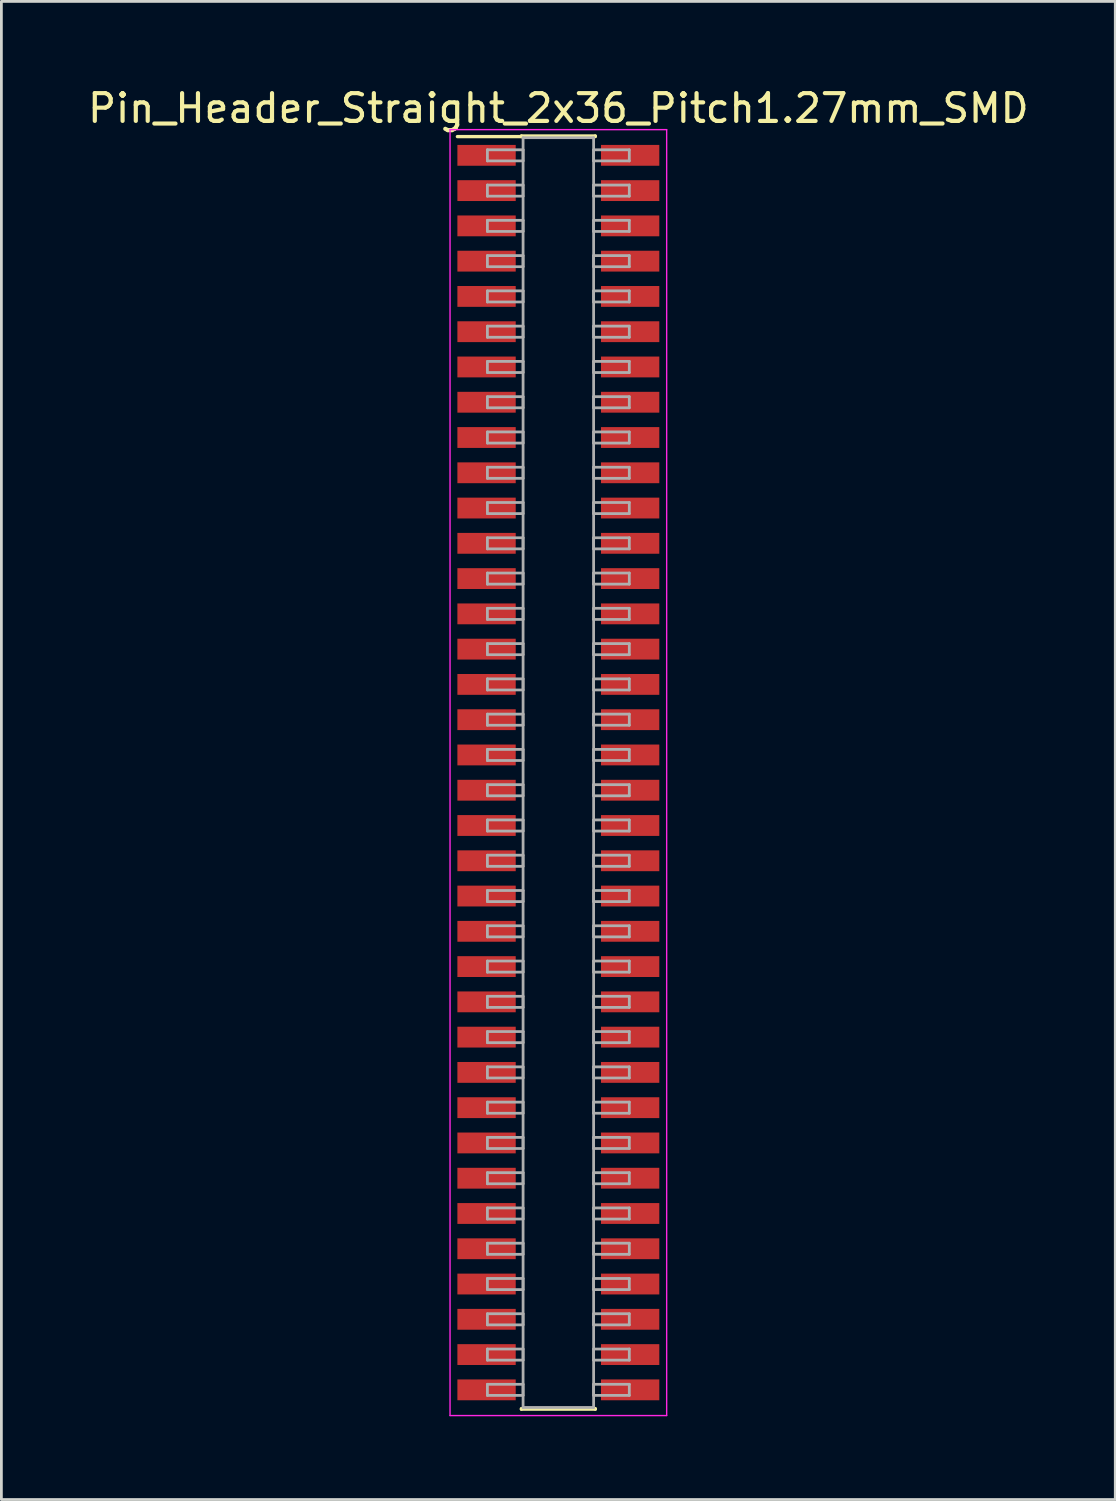
<source format=kicad_pcb>
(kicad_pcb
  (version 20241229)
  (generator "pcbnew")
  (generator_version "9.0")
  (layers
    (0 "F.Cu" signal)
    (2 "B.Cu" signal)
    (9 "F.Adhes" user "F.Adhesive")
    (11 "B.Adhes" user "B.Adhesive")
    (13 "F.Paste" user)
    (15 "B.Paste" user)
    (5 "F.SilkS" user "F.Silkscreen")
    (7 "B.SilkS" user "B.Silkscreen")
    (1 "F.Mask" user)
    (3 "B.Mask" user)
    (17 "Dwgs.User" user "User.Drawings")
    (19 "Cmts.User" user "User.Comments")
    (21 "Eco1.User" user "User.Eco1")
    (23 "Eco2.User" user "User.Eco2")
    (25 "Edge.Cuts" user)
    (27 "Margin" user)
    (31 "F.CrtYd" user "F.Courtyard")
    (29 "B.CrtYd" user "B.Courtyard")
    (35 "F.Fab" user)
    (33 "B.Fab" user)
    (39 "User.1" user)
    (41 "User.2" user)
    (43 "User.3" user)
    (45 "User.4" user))
  (footprint "Pin_Header_Straight_2x36_Pitch1.27mm_SMD"
    (layer "F.Cu")
    (at 17.054 24.768)
    (property "Reference" "Pin_Header_Straight_2x36_Pitch1.27mm_SMD" (at 0 -23.92 0) (layer "F.SilkS") (effects (font (size 1 1) (thickness 0.15))))
    (attr smd)
    (fp_line (start -3.635 -22.9) (end -1.33 -22.9) (stroke (width 0.12) (type solid)) (layer "F.SilkS"))
    (fp_line (start -1.33 -22.92) (end 1.33 -22.92) (stroke (width 0.12) (type solid)) (layer "F.SilkS"))
    (fp_line (start -1.33 -22.9) (end -1.33 -22.92) (stroke (width 0.12) (type solid)) (layer "F.SilkS"))
    (fp_line (start -1.33 22.9) (end -1.33 22.92) (stroke (width 0.12) (type solid)) (layer "F.SilkS"))
    (fp_line (start -1.33 22.92) (end 1.33 22.92) (stroke (width 0.12) (type solid)) (layer "F.SilkS"))
    (fp_line (start 1.33 -22.92) (end 1.33 -22.9) (stroke (width 0.12) (type solid)) (layer "F.SilkS"))
    (fp_line (start 1.33 22.92) (end 1.33 22.9) (stroke (width 0.12) (type solid)) (layer "F.SilkS"))
    (fp_line (start -3.9 -23.15) (end -3.9 23.15) (stroke (width 0.05) (type solid)) (layer "F.CrtYd"))
    (fp_line (start -3.9 23.15) (end 3.9 23.15) (stroke (width 0.05) (type solid)) (layer "F.CrtYd"))
    (fp_line (start 3.9 -23.15) (end -3.9 -23.15) (stroke (width 0.05) (type solid)) (layer "F.CrtYd"))
    (fp_line (start 3.9 23.15) (end 3.9 -23.15) (stroke (width 0.05) (type solid)) (layer "F.CrtYd"))
    (fp_line (start -2.555 -22.425) (end -1.27 -22.425) (stroke (width 0.1) (type solid)) (layer "F.Fab"))
    (fp_line (start -2.555 -22.025) (end -2.555 -22.425) (stroke (width 0.1) (type solid)) (layer "F.Fab"))
    (fp_line (start -2.555 -21.155) (end -1.27 -21.155) (stroke (width 0.1) (type solid)) (layer "F.Fab"))
    (fp_line (start -2.555 -20.755) (end -2.555 -21.155) (stroke (width 0.1) (type solid)) (layer "F.Fab"))
    (fp_line (start -2.555 -19.885) (end -1.27 -19.885) (stroke (width 0.1) (type solid)) (layer "F.Fab"))
    (fp_line (start -2.555 -19.485) (end -2.555 -19.885) (stroke (width 0.1) (type solid)) (layer "F.Fab"))
    (fp_line (start -2.555 -18.615) (end -1.27 -18.615) (stroke (width 0.1) (type solid)) (layer "F.Fab"))
    (fp_line (start -2.555 -18.215) (end -2.555 -18.615) (stroke (width 0.1) (type solid)) (layer "F.Fab"))
    (fp_line (start -2.555 -17.345) (end -1.27 -17.345) (stroke (width 0.1) (type solid)) (layer "F.Fab"))
    (fp_line (start -2.555 -16.945) (end -2.555 -17.345) (stroke (width 0.1) (type solid)) (layer "F.Fab"))
    (fp_line (start -2.555 -16.075) (end -1.27 -16.075) (stroke (width 0.1) (type solid)) (layer "F.Fab"))
    (fp_line (start -2.555 -15.675) (end -2.555 -16.075) (stroke (width 0.1) (type solid)) (layer "F.Fab"))
    (fp_line (start -2.555 -14.805) (end -1.27 -14.805) (stroke (width 0.1) (type solid)) (layer "F.Fab"))
    (fp_line (start -2.555 -14.405) (end -2.555 -14.805) (stroke (width 0.1) (type solid)) (layer "F.Fab"))
    (fp_line (start -2.555 -13.535) (end -1.27 -13.535) (stroke (width 0.1) (type solid)) (layer "F.Fab"))
    (fp_line (start -2.555 -13.135) (end -2.555 -13.535) (stroke (width 0.1) (type solid)) (layer "F.Fab"))
    (fp_line (start -2.555 -12.265) (end -1.27 -12.265) (stroke (width 0.1) (type solid)) (layer "F.Fab"))
    (fp_line (start -2.555 -11.865) (end -2.555 -12.265) (stroke (width 0.1) (type solid)) (layer "F.Fab"))
    (fp_line (start -2.555 -10.995) (end -1.27 -10.995) (stroke (width 0.1) (type solid)) (layer "F.Fab"))
    (fp_line (start -2.555 -10.595) (end -2.555 -10.995) (stroke (width 0.1) (type solid)) (layer "F.Fab"))
    (fp_line (start -2.555 -9.725) (end -1.27 -9.725) (stroke (width 0.1) (type solid)) (layer "F.Fab"))
    (fp_line (start -2.555 -9.325) (end -2.555 -9.725) (stroke (width 0.1) (type solid)) (layer "F.Fab"))
    (fp_line (start -2.555 -8.455) (end -1.27 -8.455) (stroke (width 0.1) (type solid)) (layer "F.Fab"))
    (fp_line (start -2.555 -8.055) (end -2.555 -8.455) (stroke (width 0.1) (type solid)) (layer "F.Fab"))
    (fp_line (start -2.555 -7.185) (end -1.27 -7.185) (stroke (width 0.1) (type solid)) (layer "F.Fab"))
    (fp_line (start -2.555 -6.785) (end -2.555 -7.185) (stroke (width 0.1) (type solid)) (layer "F.Fab"))
    (fp_line (start -2.555 -5.915) (end -1.27 -5.915) (stroke (width 0.1) (type solid)) (layer "F.Fab"))
    (fp_line (start -2.555 -5.515) (end -2.555 -5.915) (stroke (width 0.1) (type solid)) (layer "F.Fab"))
    (fp_line (start -2.555 -4.645) (end -1.27 -4.645) (stroke (width 0.1) (type solid)) (layer "F.Fab"))
    (fp_line (start -2.555 -4.245) (end -2.555 -4.645) (stroke (width 0.1) (type solid)) (layer "F.Fab"))
    (fp_line (start -2.555 -3.375) (end -1.27 -3.375) (stroke (width 0.1) (type solid)) (layer "F.Fab"))
    (fp_line (start -2.555 -2.975) (end -2.555 -3.375) (stroke (width 0.1) (type solid)) (layer "F.Fab"))
    (fp_line (start -2.555 -2.105) (end -1.27 -2.105) (stroke (width 0.1) (type solid)) (layer "F.Fab"))
    (fp_line (start -2.555 -1.705) (end -2.555 -2.105) (stroke (width 0.1) (type solid)) (layer "F.Fab"))
    (fp_line (start -2.555 -0.835) (end -1.27 -0.835) (stroke (width 0.1) (type solid)) (layer "F.Fab"))
    (fp_line (start -2.555 -0.435) (end -2.555 -0.835) (stroke (width 0.1) (type solid)) (layer "F.Fab"))
    (fp_line (start -2.555 0.435) (end -1.27 0.435) (stroke (width 0.1) (type solid)) (layer "F.Fab"))
    (fp_line (start -2.555 0.835) (end -2.555 0.435) (stroke (width 0.1) (type solid)) (layer "F.Fab"))
    (fp_line (start -2.555 1.705) (end -1.27 1.705) (stroke (width 0.1) (type solid)) (layer "F.Fab"))
    (fp_line (start -2.555 2.105) (end -2.555 1.705) (stroke (width 0.1) (type solid)) (layer "F.Fab"))
    (fp_line (start -2.555 2.975) (end -1.27 2.975) (stroke (width 0.1) (type solid)) (layer "F.Fab"))
    (fp_line (start -2.555 3.375) (end -2.555 2.975) (stroke (width 0.1) (type solid)) (layer "F.Fab"))
    (fp_line (start -2.555 4.245) (end -1.27 4.245) (stroke (width 0.1) (type solid)) (layer "F.Fab"))
    (fp_line (start -2.555 4.645) (end -2.555 4.245) (stroke (width 0.1) (type solid)) (layer "F.Fab"))
    (fp_line (start -2.555 5.515) (end -1.27 5.515) (stroke (width 0.1) (type solid)) (layer "F.Fab"))
    (fp_line (start -2.555 5.915) (end -2.555 5.515) (stroke (width 0.1) (type solid)) (layer "F.Fab"))
    (fp_line (start -2.555 6.785) (end -1.27 6.785) (stroke (width 0.1) (type solid)) (layer "F.Fab"))
    (fp_line (start -2.555 7.185) (end -2.555 6.785) (stroke (width 0.1) (type solid)) (layer "F.Fab"))
    (fp_line (start -2.555 8.055) (end -1.27 8.055) (stroke (width 0.1) (type solid)) (layer "F.Fab"))
    (fp_line (start -2.555 8.455) (end -2.555 8.055) (stroke (width 0.1) (type solid)) (layer "F.Fab"))
    (fp_line (start -2.555 9.325) (end -1.27 9.325) (stroke (width 0.1) (type solid)) (layer "F.Fab"))
    (fp_line (start -2.555 9.725) (end -2.555 9.325) (stroke (width 0.1) (type solid)) (layer "F.Fab"))
    (fp_line (start -2.555 10.595) (end -1.27 10.595) (stroke (width 0.1) (type solid)) (layer "F.Fab"))
    (fp_line (start -2.555 10.995) (end -2.555 10.595) (stroke (width 0.1) (type solid)) (layer "F.Fab"))
    (fp_line (start -2.555 11.865) (end -1.27 11.865) (stroke (width 0.1) (type solid)) (layer "F.Fab"))
    (fp_line (start -2.555 12.265) (end -2.555 11.865) (stroke (width 0.1) (type solid)) (layer "F.Fab"))
    (fp_line (start -2.555 13.135) (end -1.27 13.135) (stroke (width 0.1) (type solid)) (layer "F.Fab"))
    (fp_line (start -2.555 13.535) (end -2.555 13.135) (stroke (width 0.1) (type solid)) (layer "F.Fab"))
    (fp_line (start -2.555 14.405) (end -1.27 14.405) (stroke (width 0.1) (type solid)) (layer "F.Fab"))
    (fp_line (start -2.555 14.805) (end -2.555 14.405) (stroke (width 0.1) (type solid)) (layer "F.Fab"))
    (fp_line (start -2.555 15.675) (end -1.27 15.675) (stroke (width 0.1) (type solid)) (layer "F.Fab"))
    (fp_line (start -2.555 16.075) (end -2.555 15.675) (stroke (width 0.1) (type solid)) (layer "F.Fab"))
    (fp_line (start -2.555 16.945) (end -1.27 16.945) (stroke (width 0.1) (type solid)) (layer "F.Fab"))
    (fp_line (start -2.555 17.345) (end -2.555 16.945) (stroke (width 0.1) (type solid)) (layer "F.Fab"))
    (fp_line (start -2.555 18.215) (end -1.27 18.215) (stroke (width 0.1) (type solid)) (layer "F.Fab"))
    (fp_line (start -2.555 18.615) (end -2.555 18.215) (stroke (width 0.1) (type solid)) (layer "F.Fab"))
    (fp_line (start -2.555 19.485) (end -1.27 19.485) (stroke (width 0.1) (type solid)) (layer "F.Fab"))
    (fp_line (start -2.555 19.885) (end -2.555 19.485) (stroke (width 0.1) (type solid)) (layer "F.Fab"))
    (fp_line (start -2.555 20.755) (end -1.27 20.755) (stroke (width 0.1) (type solid)) (layer "F.Fab"))
    (fp_line (start -2.555 21.155) (end -2.555 20.755) (stroke (width 0.1) (type solid)) (layer "F.Fab"))
    (fp_line (start -2.555 22.025) (end -1.27 22.025) (stroke (width 0.1) (type solid)) (layer "F.Fab"))
    (fp_line (start -2.555 22.425) (end -2.555 22.025) (stroke (width 0.1) (type solid)) (layer "F.Fab"))
    (fp_line (start -1.27 -22.86) (end -1.27 22.86) (stroke (width 0.1) (type solid)) (layer "F.Fab"))
    (fp_line (start -1.27 -22.425) (end -1.27 -22.025) (stroke (width 0.1) (type solid)) (layer "F.Fab"))
    (fp_line (start -1.27 -22.025) (end -2.555 -22.025) (stroke (width 0.1) (type solid)) (layer "F.Fab"))
    (fp_line (start -1.27 -21.155) (end -1.27 -20.755) (stroke (width 0.1) (type solid)) (layer "F.Fab"))
    (fp_line (start -1.27 -20.755) (end -2.555 -20.755) (stroke (width 0.1) (type solid)) (layer "F.Fab"))
    (fp_line (start -1.27 -19.885) (end -1.27 -19.485) (stroke (width 0.1) (type solid)) (layer "F.Fab"))
    (fp_line (start -1.27 -19.485) (end -2.555 -19.485) (stroke (width 0.1) (type solid)) (layer "F.Fab"))
    (fp_line (start -1.27 -18.615) (end -1.27 -18.215) (stroke (width 0.1) (type solid)) (layer "F.Fab"))
    (fp_line (start -1.27 -18.215) (end -2.555 -18.215) (stroke (width 0.1) (type solid)) (layer "F.Fab"))
    (fp_line (start -1.27 -17.345) (end -1.27 -16.945) (stroke (width 0.1) (type solid)) (layer "F.Fab"))
    (fp_line (start -1.27 -16.945) (end -2.555 -16.945) (stroke (width 0.1) (type solid)) (layer "F.Fab"))
    (fp_line (start -1.27 -16.075) (end -1.27 -15.675) (stroke (width 0.1) (type solid)) (layer "F.Fab"))
    (fp_line (start -1.27 -15.675) (end -2.555 -15.675) (stroke (width 0.1) (type solid)) (layer "F.Fab"))
    (fp_line (start -1.27 -14.805) (end -1.27 -14.405) (stroke (width 0.1) (type solid)) (layer "F.Fab"))
    (fp_line (start -1.27 -14.405) (end -2.555 -14.405) (stroke (width 0.1) (type solid)) (layer "F.Fab"))
    (fp_line (start -1.27 -13.535) (end -1.27 -13.135) (stroke (width 0.1) (type solid)) (layer "F.Fab"))
    (fp_line (start -1.27 -13.135) (end -2.555 -13.135) (stroke (width 0.1) (type solid)) (layer "F.Fab"))
    (fp_line (start -1.27 -12.265) (end -1.27 -11.865) (stroke (width 0.1) (type solid)) (layer "F.Fab"))
    (fp_line (start -1.27 -11.865) (end -2.555 -11.865) (stroke (width 0.1) (type solid)) (layer "F.Fab"))
    (fp_line (start -1.27 -10.995) (end -1.27 -10.595) (stroke (width 0.1) (type solid)) (layer "F.Fab"))
    (fp_line (start -1.27 -10.595) (end -2.555 -10.595) (stroke (width 0.1) (type solid)) (layer "F.Fab"))
    (fp_line (start -1.27 -9.725) (end -1.27 -9.325) (stroke (width 0.1) (type solid)) (layer "F.Fab"))
    (fp_line (start -1.27 -9.325) (end -2.555 -9.325) (stroke (width 0.1) (type solid)) (layer "F.Fab"))
    (fp_line (start -1.27 -8.455) (end -1.27 -8.055) (stroke (width 0.1) (type solid)) (layer "F.Fab"))
    (fp_line (start -1.27 -8.055) (end -2.555 -8.055) (stroke (width 0.1) (type solid)) (layer "F.Fab"))
    (fp_line (start -1.27 -7.185) (end -1.27 -6.785) (stroke (width 0.1) (type solid)) (layer "F.Fab"))
    (fp_line (start -1.27 -6.785) (end -2.555 -6.785) (stroke (width 0.1) (type solid)) (layer "F.Fab"))
    (fp_line (start -1.27 -5.915) (end -1.27 -5.515) (stroke (width 0.1) (type solid)) (layer "F.Fab"))
    (fp_line (start -1.27 -5.515) (end -2.555 -5.515) (stroke (width 0.1) (type solid)) (layer "F.Fab"))
    (fp_line (start -1.27 -4.645) (end -1.27 -4.245) (stroke (width 0.1) (type solid)) (layer "F.Fab"))
    (fp_line (start -1.27 -4.245) (end -2.555 -4.245) (stroke (width 0.1) (type solid)) (layer "F.Fab"))
    (fp_line (start -1.27 -3.375) (end -1.27 -2.975) (stroke (width 0.1) (type solid)) (layer "F.Fab"))
    (fp_line (start -1.27 -2.975) (end -2.555 -2.975) (stroke (width 0.1) (type solid)) (layer "F.Fab"))
    (fp_line (start -1.27 -2.105) (end -1.27 -1.705) (stroke (width 0.1) (type solid)) (layer "F.Fab"))
    (fp_line (start -1.27 -1.705) (end -2.555 -1.705) (stroke (width 0.1) (type solid)) (layer "F.Fab"))
    (fp_line (start -1.27 -0.835) (end -1.27 -0.435) (stroke (width 0.1) (type solid)) (layer "F.Fab"))
    (fp_line (start -1.27 -0.435) (end -2.555 -0.435) (stroke (width 0.1) (type solid)) (layer "F.Fab"))
    (fp_line (start -1.27 0.435) (end -1.27 0.835) (stroke (width 0.1) (type solid)) (layer "F.Fab"))
    (fp_line (start -1.27 0.835) (end -2.555 0.835) (stroke (width 0.1) (type solid)) (layer "F.Fab"))
    (fp_line (start -1.27 1.705) (end -1.27 2.105) (stroke (width 0.1) (type solid)) (layer "F.Fab"))
    (fp_line (start -1.27 2.105) (end -2.555 2.105) (stroke (width 0.1) (type solid)) (layer "F.Fab"))
    (fp_line (start -1.27 2.975) (end -1.27 3.375) (stroke (width 0.1) (type solid)) (layer "F.Fab"))
    (fp_line (start -1.27 3.375) (end -2.555 3.375) (stroke (width 0.1) (type solid)) (layer "F.Fab"))
    (fp_line (start -1.27 4.245) (end -1.27 4.645) (stroke (width 0.1) (type solid)) (layer "F.Fab"))
    (fp_line (start -1.27 4.645) (end -2.555 4.645) (stroke (width 0.1) (type solid)) (layer "F.Fab"))
    (fp_line (start -1.27 5.515) (end -1.27 5.915) (stroke (width 0.1) (type solid)) (layer "F.Fab"))
    (fp_line (start -1.27 5.915) (end -2.555 5.915) (stroke (width 0.1) (type solid)) (layer "F.Fab"))
    (fp_line (start -1.27 6.785) (end -1.27 7.185) (stroke (width 0.1) (type solid)) (layer "F.Fab"))
    (fp_line (start -1.27 7.185) (end -2.555 7.185) (stroke (width 0.1) (type solid)) (layer "F.Fab"))
    (fp_line (start -1.27 8.055) (end -1.27 8.455) (stroke (width 0.1) (type solid)) (layer "F.Fab"))
    (fp_line (start -1.27 8.455) (end -2.555 8.455) (stroke (width 0.1) (type solid)) (layer "F.Fab"))
    (fp_line (start -1.27 9.325) (end -1.27 9.725) (stroke (width 0.1) (type solid)) (layer "F.Fab"))
    (fp_line (start -1.27 9.725) (end -2.555 9.725) (stroke (width 0.1) (type solid)) (layer "F.Fab"))
    (fp_line (start -1.27 10.595) (end -1.27 10.995) (stroke (width 0.1) (type solid)) (layer "F.Fab"))
    (fp_line (start -1.27 10.995) (end -2.555 10.995) (stroke (width 0.1) (type solid)) (layer "F.Fab"))
    (fp_line (start -1.27 11.865) (end -1.27 12.265) (stroke (width 0.1) (type solid)) (layer "F.Fab"))
    (fp_line (start -1.27 12.265) (end -2.555 12.265) (stroke (width 0.1) (type solid)) (layer "F.Fab"))
    (fp_line (start -1.27 13.135) (end -1.27 13.535) (stroke (width 0.1) (type solid)) (layer "F.Fab"))
    (fp_line (start -1.27 13.535) (end -2.555 13.535) (stroke (width 0.1) (type solid)) (layer "F.Fab"))
    (fp_line (start -1.27 14.405) (end -1.27 14.805) (stroke (width 0.1) (type solid)) (layer "F.Fab"))
    (fp_line (start -1.27 14.805) (end -2.555 14.805) (stroke (width 0.1) (type solid)) (layer "F.Fab"))
    (fp_line (start -1.27 15.675) (end -1.27 16.075) (stroke (width 0.1) (type solid)) (layer "F.Fab"))
    (fp_line (start -1.27 16.075) (end -2.555 16.075) (stroke (width 0.1) (type solid)) (layer "F.Fab"))
    (fp_line (start -1.27 16.945) (end -1.27 17.345) (stroke (width 0.1) (type solid)) (layer "F.Fab"))
    (fp_line (start -1.27 17.345) (end -2.555 17.345) (stroke (width 0.1) (type solid)) (layer "F.Fab"))
    (fp_line (start -1.27 18.215) (end -1.27 18.615) (stroke (width 0.1) (type solid)) (layer "F.Fab"))
    (fp_line (start -1.27 18.615) (end -2.555 18.615) (stroke (width 0.1) (type solid)) (layer "F.Fab"))
    (fp_line (start -1.27 19.485) (end -1.27 19.885) (stroke (width 0.1) (type solid)) (layer "F.Fab"))
    (fp_line (start -1.27 19.885) (end -2.555 19.885) (stroke (width 0.1) (type solid)) (layer "F.Fab"))
    (fp_line (start -1.27 20.755) (end -1.27 21.155) (stroke (width 0.1) (type solid)) (layer "F.Fab"))
    (fp_line (start -1.27 21.155) (end -2.555 21.155) (stroke (width 0.1) (type solid)) (layer "F.Fab"))
    (fp_line (start -1.27 22.025) (end -1.27 22.425) (stroke (width 0.1) (type solid)) (layer "F.Fab"))
    (fp_line (start -1.27 22.425) (end -2.555 22.425) (stroke (width 0.1) (type solid)) (layer "F.Fab"))
    (fp_line (start -1.27 22.86) (end 1.27 22.86) (stroke (width 0.1) (type solid)) (layer "F.Fab"))
    (fp_line (start 1.27 -22.86) (end -1.27 -22.86) (stroke (width 0.1) (type solid)) (layer "F.Fab"))
    (fp_line (start 1.27 -22.425) (end 1.27 -22.025) (stroke (width 0.1) (type solid)) (layer "F.Fab"))
    (fp_line (start 1.27 -22.025) (end 2.555 -22.025) (stroke (width 0.1) (type solid)) (layer "F.Fab"))
    (fp_line (start 1.27 -21.155) (end 1.27 -20.755) (stroke (width 0.1) (type solid)) (layer "F.Fab"))
    (fp_line (start 1.27 -20.755) (end 2.555 -20.755) (stroke (width 0.1) (type solid)) (layer "F.Fab"))
    (fp_line (start 1.27 -19.885) (end 1.27 -19.485) (stroke (width 0.1) (type solid)) (layer "F.Fab"))
    (fp_line (start 1.27 -19.485) (end 2.555 -19.485) (stroke (width 0.1) (type solid)) (layer "F.Fab"))
    (fp_line (start 1.27 -18.615) (end 1.27 -18.215) (stroke (width 0.1) (type solid)) (layer "F.Fab"))
    (fp_line (start 1.27 -18.215) (end 2.555 -18.215) (stroke (width 0.1) (type solid)) (layer "F.Fab"))
    (fp_line (start 1.27 -17.345) (end 1.27 -16.945) (stroke (width 0.1) (type solid)) (layer "F.Fab"))
    (fp_line (start 1.27 -16.945) (end 2.555 -16.945) (stroke (width 0.1) (type solid)) (layer "F.Fab"))
    (fp_line (start 1.27 -16.075) (end 1.27 -15.675) (stroke (width 0.1) (type solid)) (layer "F.Fab"))
    (fp_line (start 1.27 -15.675) (end 2.555 -15.675) (stroke (width 0.1) (type solid)) (layer "F.Fab"))
    (fp_line (start 1.27 -14.805) (end 1.27 -14.405) (stroke (width 0.1) (type solid)) (layer "F.Fab"))
    (fp_line (start 1.27 -14.405) (end 2.555 -14.405) (stroke (width 0.1) (type solid)) (layer "F.Fab"))
    (fp_line (start 1.27 -13.535) (end 1.27 -13.135) (stroke (width 0.1) (type solid)) (layer "F.Fab"))
    (fp_line (start 1.27 -13.135) (end 2.555 -13.135) (stroke (width 0.1) (type solid)) (layer "F.Fab"))
    (fp_line (start 1.27 -12.265) (end 1.27 -11.865) (stroke (width 0.1) (type solid)) (layer "F.Fab"))
    (fp_line (start 1.27 -11.865) (end 2.555 -11.865) (stroke (width 0.1) (type solid)) (layer "F.Fab"))
    (fp_line (start 1.27 -10.995) (end 1.27 -10.595) (stroke (width 0.1) (type solid)) (layer "F.Fab"))
    (fp_line (start 1.27 -10.595) (end 2.555 -10.595) (stroke (width 0.1) (type solid)) (layer "F.Fab"))
    (fp_line (start 1.27 -9.725) (end 1.27 -9.325) (stroke (width 0.1) (type solid)) (layer "F.Fab"))
    (fp_line (start 1.27 -9.325) (end 2.555 -9.325) (stroke (width 0.1) (type solid)) (layer "F.Fab"))
    (fp_line (start 1.27 -8.455) (end 1.27 -8.055) (stroke (width 0.1) (type solid)) (layer "F.Fab"))
    (fp_line (start 1.27 -8.055) (end 2.555 -8.055) (stroke (width 0.1) (type solid)) (layer "F.Fab"))
    (fp_line (start 1.27 -7.185) (end 1.27 -6.785) (stroke (width 0.1) (type solid)) (layer "F.Fab"))
    (fp_line (start 1.27 -6.785) (end 2.555 -6.785) (stroke (width 0.1) (type solid)) (layer "F.Fab"))
    (fp_line (start 1.27 -5.915) (end 1.27 -5.515) (stroke (width 0.1) (type solid)) (layer "F.Fab"))
    (fp_line (start 1.27 -5.515) (end 2.555 -5.515) (stroke (width 0.1) (type solid)) (layer "F.Fab"))
    (fp_line (start 1.27 -4.645) (end 1.27 -4.245) (stroke (width 0.1) (type solid)) (layer "F.Fab"))
    (fp_line (start 1.27 -4.245) (end 2.555 -4.245) (stroke (width 0.1) (type solid)) (layer "F.Fab"))
    (fp_line (start 1.27 -3.375) (end 1.27 -2.975) (stroke (width 0.1) (type solid)) (layer "F.Fab"))
    (fp_line (start 1.27 -2.975) (end 2.555 -2.975) (stroke (width 0.1) (type solid)) (layer "F.Fab"))
    (fp_line (start 1.27 -2.105) (end 1.27 -1.705) (stroke (width 0.1) (type solid)) (layer "F.Fab"))
    (fp_line (start 1.27 -1.705) (end 2.555 -1.705) (stroke (width 0.1) (type solid)) (layer "F.Fab"))
    (fp_line (start 1.27 -0.835) (end 1.27 -0.435) (stroke (width 0.1) (type solid)) (layer "F.Fab"))
    (fp_line (start 1.27 -0.435) (end 2.555 -0.435) (stroke (width 0.1) (type solid)) (layer "F.Fab"))
    (fp_line (start 1.27 0.435) (end 1.27 0.835) (stroke (width 0.1) (type solid)) (layer "F.Fab"))
    (fp_line (start 1.27 0.835) (end 2.555 0.835) (stroke (width 0.1) (type solid)) (layer "F.Fab"))
    (fp_line (start 1.27 1.705) (end 1.27 2.105) (stroke (width 0.1) (type solid)) (layer "F.Fab"))
    (fp_line (start 1.27 2.105) (end 2.555 2.105) (stroke (width 0.1) (type solid)) (layer "F.Fab"))
    (fp_line (start 1.27 2.975) (end 1.27 3.375) (stroke (width 0.1) (type solid)) (layer "F.Fab"))
    (fp_line (start 1.27 3.375) (end 2.555 3.375) (stroke (width 0.1) (type solid)) (layer "F.Fab"))
    (fp_line (start 1.27 4.245) (end 1.27 4.645) (stroke (width 0.1) (type solid)) (layer "F.Fab"))
    (fp_line (start 1.27 4.645) (end 2.555 4.645) (stroke (width 0.1) (type solid)) (layer "F.Fab"))
    (fp_line (start 1.27 5.515) (end 1.27 5.915) (stroke (width 0.1) (type solid)) (layer "F.Fab"))
    (fp_line (start 1.27 5.915) (end 2.555 5.915) (stroke (width 0.1) (type solid)) (layer "F.Fab"))
    (fp_line (start 1.27 6.785) (end 1.27 7.185) (stroke (width 0.1) (type solid)) (layer "F.Fab"))
    (fp_line (start 1.27 7.185) (end 2.555 7.185) (stroke (width 0.1) (type solid)) (layer "F.Fab"))
    (fp_line (start 1.27 8.055) (end 1.27 8.455) (stroke (width 0.1) (type solid)) (layer "F.Fab"))
    (fp_line (start 1.27 8.455) (end 2.555 8.455) (stroke (width 0.1) (type solid)) (layer "F.Fab"))
    (fp_line (start 1.27 9.325) (end 1.27 9.725) (stroke (width 0.1) (type solid)) (layer "F.Fab"))
    (fp_line (start 1.27 9.725) (end 2.555 9.725) (stroke (width 0.1) (type solid)) (layer "F.Fab"))
    (fp_line (start 1.27 10.595) (end 1.27 10.995) (stroke (width 0.1) (type solid)) (layer "F.Fab"))
    (fp_line (start 1.27 10.995) (end 2.555 10.995) (stroke (width 0.1) (type solid)) (layer "F.Fab"))
    (fp_line (start 1.27 11.865) (end 1.27 12.265) (stroke (width 0.1) (type solid)) (layer "F.Fab"))
    (fp_line (start 1.27 12.265) (end 2.555 12.265) (stroke (width 0.1) (type solid)) (layer "F.Fab"))
    (fp_line (start 1.27 13.135) (end 1.27 13.535) (stroke (width 0.1) (type solid)) (layer "F.Fab"))
    (fp_line (start 1.27 13.535) (end 2.555 13.535) (stroke (width 0.1) (type solid)) (layer "F.Fab"))
    (fp_line (start 1.27 14.405) (end 1.27 14.805) (stroke (width 0.1) (type solid)) (layer "F.Fab"))
    (fp_line (start 1.27 14.805) (end 2.555 14.805) (stroke (width 0.1) (type solid)) (layer "F.Fab"))
    (fp_line (start 1.27 15.675) (end 1.27 16.075) (stroke (width 0.1) (type solid)) (layer "F.Fab"))
    (fp_line (start 1.27 16.075) (end 2.555 16.075) (stroke (width 0.1) (type solid)) (layer "F.Fab"))
    (fp_line (start 1.27 16.945) (end 1.27 17.345) (stroke (width 0.1) (type solid)) (layer "F.Fab"))
    (fp_line (start 1.27 17.345) (end 2.555 17.345) (stroke (width 0.1) (type solid)) (layer "F.Fab"))
    (fp_line (start 1.27 18.215) (end 1.27 18.615) (stroke (width 0.1) (type solid)) (layer "F.Fab"))
    (fp_line (start 1.27 18.615) (end 2.555 18.615) (stroke (width 0.1) (type solid)) (layer "F.Fab"))
    (fp_line (start 1.27 19.485) (end 1.27 19.885) (stroke (width 0.1) (type solid)) (layer "F.Fab"))
    (fp_line (start 1.27 19.885) (end 2.555 19.885) (stroke (width 0.1) (type solid)) (layer "F.Fab"))
    (fp_line (start 1.27 20.755) (end 1.27 21.155) (stroke (width 0.1) (type solid)) (layer "F.Fab"))
    (fp_line (start 1.27 21.155) (end 2.555 21.155) (stroke (width 0.1) (type solid)) (layer "F.Fab"))
    (fp_line (start 1.27 22.025) (end 1.27 22.425) (stroke (width 0.1) (type solid)) (layer "F.Fab"))
    (fp_line (start 1.27 22.425) (end 2.555 22.425) (stroke (width 0.1) (type solid)) (layer "F.Fab"))
    (fp_line (start 1.27 22.86) (end 1.27 -22.86) (stroke (width 0.1) (type solid)) (layer "F.Fab"))
    (fp_line (start 2.555 -22.425) (end 1.27 -22.425) (stroke (width 0.1) (type solid)) (layer "F.Fab"))
    (fp_line (start 2.555 -22.025) (end 2.555 -22.425) (stroke (width 0.1) (type solid)) (layer "F.Fab"))
    (fp_line (start 2.555 -21.155) (end 1.27 -21.155) (stroke (width 0.1) (type solid)) (layer "F.Fab"))
    (fp_line (start 2.555 -20.755) (end 2.555 -21.155) (stroke (width 0.1) (type solid)) (layer "F.Fab"))
    (fp_line (start 2.555 -19.885) (end 1.27 -19.885) (stroke (width 0.1) (type solid)) (layer "F.Fab"))
    (fp_line (start 2.555 -19.485) (end 2.555 -19.885) (stroke (width 0.1) (type solid)) (layer "F.Fab"))
    (fp_line (start 2.555 -18.615) (end 1.27 -18.615) (stroke (width 0.1) (type solid)) (layer "F.Fab"))
    (fp_line (start 2.555 -18.215) (end 2.555 -18.615) (stroke (width 0.1) (type solid)) (layer "F.Fab"))
    (fp_line (start 2.555 -17.345) (end 1.27 -17.345) (stroke (width 0.1) (type solid)) (layer "F.Fab"))
    (fp_line (start 2.555 -16.945) (end 2.555 -17.345) (stroke (width 0.1) (type solid)) (layer "F.Fab"))
    (fp_line (start 2.555 -16.075) (end 1.27 -16.075) (stroke (width 0.1) (type solid)) (layer "F.Fab"))
    (fp_line (start 2.555 -15.675) (end 2.555 -16.075) (stroke (width 0.1) (type solid)) (layer "F.Fab"))
    (fp_line (start 2.555 -14.805) (end 1.27 -14.805) (stroke (width 0.1) (type solid)) (layer "F.Fab"))
    (fp_line (start 2.555 -14.405) (end 2.555 -14.805) (stroke (width 0.1) (type solid)) (layer "F.Fab"))
    (fp_line (start 2.555 -13.535) (end 1.27 -13.535) (stroke (width 0.1) (type solid)) (layer "F.Fab"))
    (fp_line (start 2.555 -13.135) (end 2.555 -13.535) (stroke (width 0.1) (type solid)) (layer "F.Fab"))
    (fp_line (start 2.555 -12.265) (end 1.27 -12.265) (stroke (width 0.1) (type solid)) (layer "F.Fab"))
    (fp_line (start 2.555 -11.865) (end 2.555 -12.265) (stroke (width 0.1) (type solid)) (layer "F.Fab"))
    (fp_line (start 2.555 -10.995) (end 1.27 -10.995) (stroke (width 0.1) (type solid)) (layer "F.Fab"))
    (fp_line (start 2.555 -10.595) (end 2.555 -10.995) (stroke (width 0.1) (type solid)) (layer "F.Fab"))
    (fp_line (start 2.555 -9.725) (end 1.27 -9.725) (stroke (width 0.1) (type solid)) (layer "F.Fab"))
    (fp_line (start 2.555 -9.325) (end 2.555 -9.725) (stroke (width 0.1) (type solid)) (layer "F.Fab"))
    (fp_line (start 2.555 -8.455) (end 1.27 -8.455) (stroke (width 0.1) (type solid)) (layer "F.Fab"))
    (fp_line (start 2.555 -8.055) (end 2.555 -8.455) (stroke (width 0.1) (type solid)) (layer "F.Fab"))
    (fp_line (start 2.555 -7.185) (end 1.27 -7.185) (stroke (width 0.1) (type solid)) (layer "F.Fab"))
    (fp_line (start 2.555 -6.785) (end 2.555 -7.185) (stroke (width 0.1) (type solid)) (layer "F.Fab"))
    (fp_line (start 2.555 -5.915) (end 1.27 -5.915) (stroke (width 0.1) (type solid)) (layer "F.Fab"))
    (fp_line (start 2.555 -5.515) (end 2.555 -5.915) (stroke (width 0.1) (type solid)) (layer "F.Fab"))
    (fp_line (start 2.555 -4.645) (end 1.27 -4.645) (stroke (width 0.1) (type solid)) (layer "F.Fab"))
    (fp_line (start 2.555 -4.245) (end 2.555 -4.645) (stroke (width 0.1) (type solid)) (layer "F.Fab"))
    (fp_line (start 2.555 -3.375) (end 1.27 -3.375) (stroke (width 0.1) (type solid)) (layer "F.Fab"))
    (fp_line (start 2.555 -2.975) (end 2.555 -3.375) (stroke (width 0.1) (type solid)) (layer "F.Fab"))
    (fp_line (start 2.555 -2.105) (end 1.27 -2.105) (stroke (width 0.1) (type solid)) (layer "F.Fab"))
    (fp_line (start 2.555 -1.705) (end 2.555 -2.105) (stroke (width 0.1) (type solid)) (layer "F.Fab"))
    (fp_line (start 2.555 -0.835) (end 1.27 -0.835) (stroke (width 0.1) (type solid)) (layer "F.Fab"))
    (fp_line (start 2.555 -0.435) (end 2.555 -0.835) (stroke (width 0.1) (type solid)) (layer "F.Fab"))
    (fp_line (start 2.555 0.435) (end 1.27 0.435) (stroke (width 0.1) (type solid)) (layer "F.Fab"))
    (fp_line (start 2.555 0.835) (end 2.555 0.435) (stroke (width 0.1) (type solid)) (layer "F.Fab"))
    (fp_line (start 2.555 1.705) (end 1.27 1.705) (stroke (width 0.1) (type solid)) (layer "F.Fab"))
    (fp_line (start 2.555 2.105) (end 2.555 1.705) (stroke (width 0.1) (type solid)) (layer "F.Fab"))
    (fp_line (start 2.555 2.975) (end 1.27 2.975) (stroke (width 0.1) (type solid)) (layer "F.Fab"))
    (fp_line (start 2.555 3.375) (end 2.555 2.975) (stroke (width 0.1) (type solid)) (layer "F.Fab"))
    (fp_line (start 2.555 4.245) (end 1.27 4.245) (stroke (width 0.1) (type solid)) (layer "F.Fab"))
    (fp_line (start 2.555 4.645) (end 2.555 4.245) (stroke (width 0.1) (type solid)) (layer "F.Fab"))
    (fp_line (start 2.555 5.515) (end 1.27 5.515) (stroke (width 0.1) (type solid)) (layer "F.Fab"))
    (fp_line (start 2.555 5.915) (end 2.555 5.515) (stroke (width 0.1) (type solid)) (layer "F.Fab"))
    (fp_line (start 2.555 6.785) (end 1.27 6.785) (stroke (width 0.1) (type solid)) (layer "F.Fab"))
    (fp_line (start 2.555 7.185) (end 2.555 6.785) (stroke (width 0.1) (type solid)) (layer "F.Fab"))
    (fp_line (start 2.555 8.055) (end 1.27 8.055) (stroke (width 0.1) (type solid)) (layer "F.Fab"))
    (fp_line (start 2.555 8.455) (end 2.555 8.055) (stroke (width 0.1) (type solid)) (layer "F.Fab"))
    (fp_line (start 2.555 9.325) (end 1.27 9.325) (stroke (width 0.1) (type solid)) (layer "F.Fab"))
    (fp_line (start 2.555 9.725) (end 2.555 9.325) (stroke (width 0.1) (type solid)) (layer "F.Fab"))
    (fp_line (start 2.555 10.595) (end 1.27 10.595) (stroke (width 0.1) (type solid)) (layer "F.Fab"))
    (fp_line (start 2.555 10.995) (end 2.555 10.595) (stroke (width 0.1) (type solid)) (layer "F.Fab"))
    (fp_line (start 2.555 11.865) (end 1.27 11.865) (stroke (width 0.1) (type solid)) (layer "F.Fab"))
    (fp_line (start 2.555 12.265) (end 2.555 11.865) (stroke (width 0.1) (type solid)) (layer "F.Fab"))
    (fp_line (start 2.555 13.135) (end 1.27 13.135) (stroke (width 0.1) (type solid)) (layer "F.Fab"))
    (fp_line (start 2.555 13.535) (end 2.555 13.135) (stroke (width 0.1) (type solid)) (layer "F.Fab"))
    (fp_line (start 2.555 14.405) (end 1.27 14.405) (stroke (width 0.1) (type solid)) (layer "F.Fab"))
    (fp_line (start 2.555 14.805) (end 2.555 14.405) (stroke (width 0.1) (type solid)) (layer "F.Fab"))
    (fp_line (start 2.555 15.675) (end 1.27 15.675) (stroke (width 0.1) (type solid)) (layer "F.Fab"))
    (fp_line (start 2.555 16.075) (end 2.555 15.675) (stroke (width 0.1) (type solid)) (layer "F.Fab"))
    (fp_line (start 2.555 16.945) (end 1.27 16.945) (stroke (width 0.1) (type solid)) (layer "F.Fab"))
    (fp_line (start 2.555 17.345) (end 2.555 16.945) (stroke (width 0.1) (type solid)) (layer "F.Fab"))
    (fp_line (start 2.555 18.215) (end 1.27 18.215) (stroke (width 0.1) (type solid)) (layer "F.Fab"))
    (fp_line (start 2.555 18.615) (end 2.555 18.215) (stroke (width 0.1) (type solid)) (layer "F.Fab"))
    (fp_line (start 2.555 19.485) (end 1.27 19.485) (stroke (width 0.1) (type solid)) (layer "F.Fab"))
    (fp_line (start 2.555 19.885) (end 2.555 19.485) (stroke (width 0.1) (type solid)) (layer "F.Fab"))
    (fp_line (start 2.555 20.755) (end 1.27 20.755) (stroke (width 0.1) (type solid)) (layer "F.Fab"))
    (fp_line (start 2.555 21.155) (end 2.555 20.755) (stroke (width 0.1) (type solid)) (layer "F.Fab"))
    (fp_line (start 2.555 22.025) (end 1.27 22.025) (stroke (width 0.1) (type solid)) (layer "F.Fab"))
    (fp_line (start 2.555 22.425) (end 2.555 22.025) (stroke (width 0.1) (type solid)) (layer "F.Fab"))
    (pad "1" smd rect (at -2.585 -22.225) (size 2.1 0.75) (layers "F.Cu" "F.Mask"))
    (pad "2" smd rect (at 2.585 -22.225) (size 2.1 0.75) (layers "F.Cu" "F.Mask"))
    (pad "3" smd rect (at -2.585 -20.955) (size 2.1 0.75) (layers "F.Cu" "F.Mask"))
    (pad "4" smd rect (at 2.585 -20.955) (size 2.1 0.75) (layers "F.Cu" "F.Mask"))
    (pad "5" smd rect (at -2.585 -19.685) (size 2.1 0.75) (layers "F.Cu" "F.Mask"))
    (pad "6" smd rect (at 2.585 -19.685) (size 2.1 0.75) (layers "F.Cu" "F.Mask"))
    (pad "7" smd rect (at -2.585 -18.415) (size 2.1 0.75) (layers "F.Cu" "F.Mask"))
    (pad "8" smd rect (at 2.585 -18.415) (size 2.1 0.75) (layers "F.Cu" "F.Mask"))
    (pad "9" smd rect (at -2.585 -17.145) (size 2.1 0.75) (layers "F.Cu" "F.Mask"))
    (pad "10" smd rect (at 2.585 -17.145) (size 2.1 0.75) (layers "F.Cu" "F.Mask"))
    (pad "11" smd rect (at -2.585 -15.875) (size 2.1 0.75) (layers "F.Cu" "F.Mask"))
    (pad "12" smd rect (at 2.585 -15.875) (size 2.1 0.75) (layers "F.Cu" "F.Mask"))
    (pad "13" smd rect (at -2.585 -14.605) (size 2.1 0.75) (layers "F.Cu" "F.Mask"))
    (pad "14" smd rect (at 2.585 -14.605) (size 2.1 0.75) (layers "F.Cu" "F.Mask"))
    (pad "15" smd rect (at -2.585 -13.335) (size 2.1 0.75) (layers "F.Cu" "F.Mask"))
    (pad "16" smd rect (at 2.585 -13.335) (size 2.1 0.75) (layers "F.Cu" "F.Mask"))
    (pad "17" smd rect (at -2.585 -12.065) (size 2.1 0.75) (layers "F.Cu" "F.Mask"))
    (pad "18" smd rect (at 2.585 -12.065) (size 2.1 0.75) (layers "F.Cu" "F.Mask"))
    (pad "19" smd rect (at -2.585 -10.795) (size 2.1 0.75) (layers "F.Cu" "F.Mask"))
    (pad "20" smd rect (at 2.585 -10.795) (size 2.1 0.75) (layers "F.Cu" "F.Mask"))
    (pad "21" smd rect (at -2.585 -9.525) (size 2.1 0.75) (layers "F.Cu" "F.Mask"))
    (pad "22" smd rect (at 2.585 -9.525) (size 2.1 0.75) (layers "F.Cu" "F.Mask"))
    (pad "23" smd rect (at -2.585 -8.255) (size 2.1 0.75) (layers "F.Cu" "F.Mask"))
    (pad "24" smd rect (at 2.585 -8.255) (size 2.1 0.75) (layers "F.Cu" "F.Mask"))
    (pad "25" smd rect (at -2.585 -6.985) (size 2.1 0.75) (layers "F.Cu" "F.Mask"))
    (pad "26" smd rect (at 2.585 -6.985) (size 2.1 0.75) (layers "F.Cu" "F.Mask"))
    (pad "27" smd rect (at -2.585 -5.715) (size 2.1 0.75) (layers "F.Cu" "F.Mask"))
    (pad "28" smd rect (at 2.585 -5.715) (size 2.1 0.75) (layers "F.Cu" "F.Mask"))
    (pad "29" smd rect (at -2.585 -4.445) (size 2.1 0.75) (layers "F.Cu" "F.Mask"))
    (pad "30" smd rect (at 2.585 -4.445) (size 2.1 0.75) (layers "F.Cu" "F.Mask"))
    (pad "31" smd rect (at -2.585 -3.175) (size 2.1 0.75) (layers "F.Cu" "F.Mask"))
    (pad "32" smd rect (at 2.585 -3.175) (size 2.1 0.75) (layers "F.Cu" "F.Mask"))
    (pad "33" smd rect (at -2.585 -1.905) (size 2.1 0.75) (layers "F.Cu" "F.Mask"))
    (pad "34" smd rect (at 2.585 -1.905) (size 2.1 0.75) (layers "F.Cu" "F.Mask"))
    (pad "35" smd rect (at -2.585 -0.635) (size 2.1 0.75) (layers "F.Cu" "F.Mask"))
    (pad "36" smd rect (at 2.585 -0.635) (size 2.1 0.75) (layers "F.Cu" "F.Mask"))
    (pad "37" smd rect (at -2.585 0.635) (size 2.1 0.75) (layers "F.Cu" "F.Mask"))
    (pad "38" smd rect (at 2.585 0.635) (size 2.1 0.75) (layers "F.Cu" "F.Mask"))
    (pad "39" smd rect (at -2.585 1.905) (size 2.1 0.75) (layers "F.Cu" "F.Mask"))
    (pad "40" smd rect (at 2.585 1.905) (size 2.1 0.75) (layers "F.Cu" "F.Mask"))
    (pad "41" smd rect (at -2.585 3.175) (size 2.1 0.75) (layers "F.Cu" "F.Mask"))
    (pad "42" smd rect (at 2.585 3.175) (size 2.1 0.75) (layers "F.Cu" "F.Mask"))
    (pad "43" smd rect (at -2.585 4.445) (size 2.1 0.75) (layers "F.Cu" "F.Mask"))
    (pad "44" smd rect (at 2.585 4.445) (size 2.1 0.75) (layers "F.Cu" "F.Mask"))
    (pad "45" smd rect (at -2.585 5.715) (size 2.1 0.75) (layers "F.Cu" "F.Mask"))
    (pad "46" smd rect (at 2.585 5.715) (size 2.1 0.75) (layers "F.Cu" "F.Mask"))
    (pad "47" smd rect (at -2.585 6.985) (size 2.1 0.75) (layers "F.Cu" "F.Mask"))
    (pad "48" smd rect (at 2.585 6.985) (size 2.1 0.75) (layers "F.Cu" "F.Mask"))
    (pad "49" smd rect (at -2.585 8.255) (size 2.1 0.75) (layers "F.Cu" "F.Mask"))
    (pad "50" smd rect (at 2.585 8.255) (size 2.1 0.75) (layers "F.Cu" "F.Mask"))
    (pad "51" smd rect (at -2.585 9.525) (size 2.1 0.75) (layers "F.Cu" "F.Mask"))
    (pad "52" smd rect (at 2.585 9.525) (size 2.1 0.75) (layers "F.Cu" "F.Mask"))
    (pad "53" smd rect (at -2.585 10.795) (size 2.1 0.75) (layers "F.Cu" "F.Mask"))
    (pad "54" smd rect (at 2.585 10.795) (size 2.1 0.75) (layers "F.Cu" "F.Mask"))
    (pad "55" smd rect (at -2.585 12.065) (size 2.1 0.75) (layers "F.Cu" "F.Mask"))
    (pad "56" smd rect (at 2.585 12.065) (size 2.1 0.75) (layers "F.Cu" "F.Mask"))
    (pad "57" smd rect (at -2.585 13.335) (size 2.1 0.75) (layers "F.Cu" "F.Mask"))
    (pad "58" smd rect (at 2.585 13.335) (size 2.1 0.75) (layers "F.Cu" "F.Mask"))
    (pad "59" smd rect (at -2.585 14.605) (size 2.1 0.75) (layers "F.Cu" "F.Mask"))
    (pad "60" smd rect (at 2.585 14.605) (size 2.1 0.75) (layers "F.Cu" "F.Mask"))
    (pad "61" smd rect (at -2.585 15.875) (size 2.1 0.75) (layers "F.Cu" "F.Mask"))
    (pad "62" smd rect (at 2.585 15.875) (size 2.1 0.75) (layers "F.Cu" "F.Mask"))
    (pad "63" smd rect (at -2.585 17.145) (size 2.1 0.75) (layers "F.Cu" "F.Mask"))
    (pad "64" smd rect (at 2.585 17.145) (size 2.1 0.75) (layers "F.Cu" "F.Mask"))
    (pad "65" smd rect (at -2.585 18.415) (size 2.1 0.75) (layers "F.Cu" "F.Mask"))
    (pad "66" smd rect (at 2.585 18.415) (size 2.1 0.75) (layers "F.Cu" "F.Mask"))
    (pad "67" smd rect (at -2.585 19.685) (size 2.1 0.75) (layers "F.Cu" "F.Mask"))
    (pad "68" smd rect (at 2.585 19.685) (size 2.1 0.75) (layers "F.Cu" "F.Mask"))
    (pad "69" smd rect (at -2.585 20.955) (size 2.1 0.75) (layers "F.Cu" "F.Mask"))
    (pad "70" smd rect (at 2.585 20.955) (size 2.1 0.75) (layers "F.Cu" "F.Mask"))
    (pad "71" smd rect (at -2.585 22.225) (size 2.1 0.75) (layers "F.Cu" "F.Mask"))
    (pad "72" smd rect (at 2.585 22.225) (size 2.1 0.75) (layers "F.Cu" "F.Mask")))
  (gr_rect
    (start -3 -3)
    (end 37.107 50.943)
    (stroke (width 0.1) (type default))
    (fill no)
    (layer "Edge.Cuts")))
</source>
